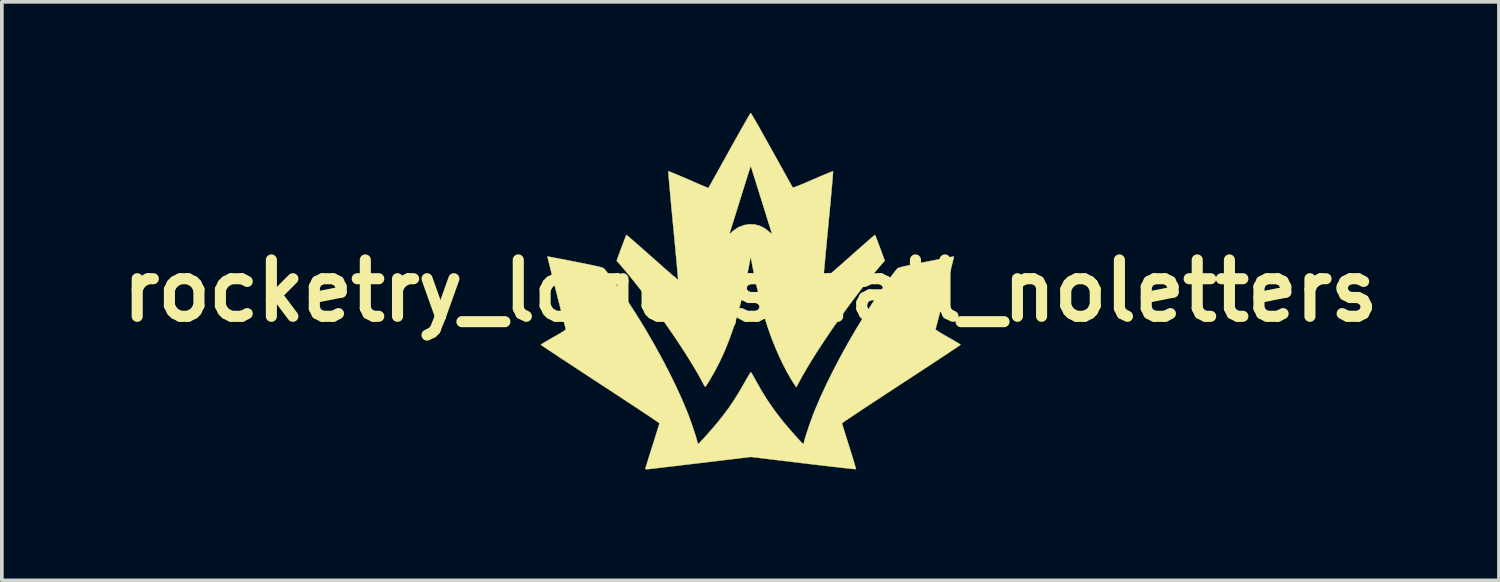
<source format=kicad_pcb>
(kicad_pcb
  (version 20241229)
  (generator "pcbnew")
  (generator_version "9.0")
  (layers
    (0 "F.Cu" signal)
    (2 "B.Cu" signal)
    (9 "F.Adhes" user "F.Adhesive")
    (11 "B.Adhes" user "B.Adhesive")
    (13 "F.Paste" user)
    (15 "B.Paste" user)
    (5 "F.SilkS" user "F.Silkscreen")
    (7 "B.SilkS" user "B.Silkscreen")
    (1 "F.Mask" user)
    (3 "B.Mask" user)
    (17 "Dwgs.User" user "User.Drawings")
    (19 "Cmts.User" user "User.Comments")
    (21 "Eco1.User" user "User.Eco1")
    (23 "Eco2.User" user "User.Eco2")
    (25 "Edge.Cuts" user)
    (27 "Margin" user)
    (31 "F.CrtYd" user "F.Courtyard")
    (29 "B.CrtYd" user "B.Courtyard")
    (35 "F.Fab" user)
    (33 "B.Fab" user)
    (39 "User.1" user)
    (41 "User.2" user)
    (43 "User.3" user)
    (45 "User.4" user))
  (footprint "rocketry_logo_small_noletters"
    (layer "F.Cu")
    (at 17.243 4.814)
    (property "Reference" "rocketry_logo_small_noletters" (at 0 0 0) (layer "F.SilkS") (effects (font (size 1.524 1.524) (thickness 0.3))))
    (attr through_hole)
    (fp_poly (pts (xy 0.018 -4.795) (xy 0.042 -4.756) (xy 0.079 -4.694) (xy 0.128 -4.61) (xy 0.187 -4.507) (xy 0.255 -4.388) (xy 0.33 -4.253) (xy 0.412 -4.107) (xy 0.5 -3.95) (xy 0.576 -3.813) (xy 0.667 -3.649) (xy 0.754 -3.493) (xy 0.835 -3.347) (xy 0.909 -3.213) (xy 0.976 -3.094) (xy 1.032 -2.991) (xy 1.079 -2.908) (xy 1.113 -2.846) (xy 1.135 -2.808) (xy 1.141 -2.796) (xy 1.151 -2.793) (xy 1.173 -2.797) (xy 1.211 -2.809) (xy 1.266 -2.829) (xy 1.341 -2.859) (xy 1.438 -2.9) (xy 1.56 -2.952) (xy 1.69 -3.008) (xy 1.812 -3.061) (xy 1.925 -3.109) (xy 2.025 -3.151) (xy 2.109 -3.185) (xy 2.174 -3.211) (xy 2.217 -3.227) (xy 2.235 -3.231) (xy 2.235 -3.231) (xy 2.235 -3.214) (xy 2.232 -3.168) (xy 2.226 -3.095) (xy 2.218 -2.996) (xy 2.208 -2.875) (xy 2.195 -2.734) (xy 2.181 -2.574) (xy 2.165 -2.398) (xy 2.147 -2.208) (xy 2.128 -2.007) (xy 2.108 -1.796) (xy 2.105 -1.761) (xy 2.084 -1.549) (xy 2.065 -1.346) (xy 2.047 -1.154) (xy 2.031 -0.976) (xy 2.016 -0.814) (xy 2.002 -0.669) (xy 1.991 -0.545) (xy 1.982 -0.443) (xy 1.976 -0.366) (xy 1.972 -0.316) (xy 1.971 -0.294) (xy 1.971 -0.294) (xy 1.984 -0.303) (xy 2.018 -0.331) (xy 2.072 -0.377) (xy 2.143 -0.438) (xy 2.229 -0.514) (xy 2.329 -0.601) (xy 2.44 -0.698) (xy 2.559 -0.804) (xy 2.665 -0.898) (xy 2.79 -1.009) (xy 2.909 -1.114) (xy 3.018 -1.21) (xy 3.117 -1.296) (xy 3.201 -1.371) (xy 3.271 -1.431) (xy 3.323 -1.475) (xy 3.355 -1.501) (xy 3.365 -1.508) (xy 3.369 -1.505) (xy 3.377 -1.492) (xy 3.388 -1.468) (xy 3.404 -1.43) (xy 3.425 -1.375) (xy 3.453 -1.301) (xy 3.489 -1.205) (xy 3.534 -1.084) (xy 3.586 -0.943) (xy 3.633 -0.815) (xy 3.497 -0.659) (xy 3.323 -0.452) (xy 3.14 -0.226) (xy 2.951 0.016) (xy 2.758 0.27) (xy 2.565 0.533) (xy 2.374 0.801) (xy 2.186 1.069) (xy 2.006 1.336) (xy 1.835 1.596) (xy 1.676 1.847) (xy 1.532 2.084) (xy 1.405 2.304) (xy 1.328 2.444) (xy 1.242 2.607) (xy 1.19 2.53) (xy 1.09 2.375) (xy 0.986 2.193) (xy 0.882 1.991) (xy 0.778 1.773) (xy 0.679 1.546) (xy 0.586 1.315) (xy 0.502 1.084) (xy 0.46 0.96) (xy 0.385 0.716) (xy 0.311 0.448) (xy 0.237 0.163) (xy 0.168 -0.13) (xy 0.104 -0.425) (xy 0.054 -0.677) (xy 0.009 -0.918) (xy -0.072 -0.51) (xy -0.163 -0.086) (xy -0.258 0.309) (xy -0.359 0.677) (xy -0.466 1.021) (xy -0.581 1.343) (xy -0.704 1.646) (xy -0.836 1.932) (xy -0.978 2.203) (xy -1.117 2.44) (xy -1.155 2.5) (xy -1.188 2.55) (xy -1.211 2.583) (xy -1.219 2.594) (xy -1.231 2.584) (xy -1.253 2.551) (xy -1.282 2.502) (xy -1.298 2.47) (xy -1.39 2.298) (xy -1.501 2.106) (xy -1.629 1.896) (xy -1.77 1.671) (xy -1.923 1.436) (xy -2.086 1.193) (xy -2.257 0.946) (xy -2.432 0.697) (xy -2.611 0.45) (xy -2.79 0.209) (xy -2.967 -0.025) (xy -3.141 -0.246) (xy -3.308 -0.453) (xy -3.467 -0.642) (xy -3.482 -0.659) (xy -3.617 -0.815) (xy -3.57 -0.943) (xy -3.516 -1.09) (xy -3.471 -1.21) (xy -3.436 -1.305) (xy -3.408 -1.378) (xy -3.387 -1.432) (xy -3.371 -1.47) (xy -3.361 -1.493) (xy -3.353 -1.505) (xy -3.349 -1.508) (xy -3.335 -1.498) (xy -3.299 -1.468) (xy -3.245 -1.421) (xy -3.172 -1.359) (xy -3.085 -1.283) (xy -2.985 -1.195) (xy -2.874 -1.097) (xy -2.754 -0.991) (xy -2.649 -0.898) (xy -2.523 -0.787) (xy -2.405 -0.682) (xy -2.296 -0.586) (xy -2.199 -0.501) (xy -2.115 -0.428) (xy -2.046 -0.369) (xy -1.995 -0.326) (xy -1.964 -0.3) (xy -1.955 -0.294) (xy -1.956 -0.31) (xy -1.959 -0.356) (xy -1.965 -0.429) (xy -1.974 -0.527) (xy -1.984 -0.648) (xy -1.997 -0.789) (xy -2.012 -0.948) (xy -2.028 -1.124) (xy -2.046 -1.313) (xy -2.065 -1.515) (xy -2.068 -1.54) (xy -0.569 -1.54) (xy -0.563 -1.539) (xy -0.54 -1.556) (xy -0.504 -1.588) (xy -0.499 -1.593) (xy -0.443 -1.64) (xy -0.373 -1.687) (xy -0.31 -1.724) (xy -0.168 -1.777) (xy -0.024 -1.8) (xy 0.119 -1.793) (xy 0.257 -1.756) (xy 0.389 -1.689) (xy 0.503 -1.6) (xy 0.544 -1.564) (xy 0.572 -1.542) (xy 0.585 -1.537) (xy 0.584 -1.54) (xy 0.578 -1.559) (xy 0.564 -1.606) (xy 0.541 -1.677) (xy 0.512 -1.771) (xy 0.476 -1.884) (xy 0.436 -2.014) (xy 0.391 -2.158) (xy 0.343 -2.313) (xy 0.294 -2.469) (xy 0.243 -2.631) (xy 0.195 -2.785) (xy 0.151 -2.926) (xy 0.111 -3.053) (xy 0.077 -3.163) (xy 0.049 -3.253) (xy 0.027 -3.32) (xy 0.014 -3.362) (xy 0.009 -3.377) (xy 0.004 -3.363) (xy -0.01 -3.321) (xy -0.031 -3.254) (xy -0.06 -3.165) (xy -0.094 -3.055) (xy -0.134 -2.929) (xy -0.178 -2.788) (xy -0.226 -2.634) (xy -0.277 -2.472) (xy -0.328 -2.308) (xy -0.376 -2.153) (xy -0.421 -2.01) (xy -0.462 -1.88) (xy -0.497 -1.768) (xy -0.526 -1.675) (xy -0.549 -1.604) (xy -0.563 -1.558) (xy -0.569 -1.54) (xy -2.068 -1.54) (xy -2.085 -1.725) (xy -2.089 -1.761) (xy -2.109 -1.973) (xy -2.128 -2.176) (xy -2.146 -2.368) (xy -2.162 -2.546) (xy -2.177 -2.709) (xy -2.19 -2.854) (xy -2.201 -2.978) (xy -2.209 -3.08) (xy -2.215 -3.158) (xy -2.219 -3.209) (xy -2.219 -3.231) (xy -2.219 -3.231) (xy -2.203 -3.228) (xy -2.16 -3.212) (xy -2.096 -3.187) (xy -2.012 -3.153) (xy -1.913 -3.111) (xy -1.8 -3.063) (xy -1.679 -3.011) (xy -1.676 -3.01) (xy -1.555 -2.957) (xy -1.443 -2.908) (xy -1.344 -2.865) (xy -1.26 -2.83) (xy -1.196 -2.802) (xy -1.154 -2.784) (xy -1.139 -2.778) (xy -1.139 -2.778) (xy -1.13 -2.792) (xy -1.108 -2.831) (xy -1.072 -2.893) (xy -1.025 -2.977) (xy -0.967 -3.08) (xy -0.9 -3.2) (xy -0.825 -3.335) (xy -0.744 -3.482) (xy -0.656 -3.639) (xy -0.571 -3.794) (xy -0.479 -3.959) (xy -0.391 -4.116) (xy -0.309 -4.262) (xy -0.234 -4.396) (xy -0.166 -4.515) (xy -0.108 -4.616) (xy -0.06 -4.699) (xy -0.024 -4.76) (xy -0.001 -4.797) (xy 0.008 -4.809) (xy 0.018 -4.795)) (stroke (width 0.01) (type solid)) (fill yes) (layer "F.SilkS"))
    (fp_poly (pts (xy -5.473 -0.926) (xy -5.429 -0.918) (xy -5.36 -0.906) (xy -5.269 -0.888) (xy -5.159 -0.867) (xy -5.033 -0.843) (xy -4.894 -0.816) (xy -4.745 -0.786) (xy -4.743 -0.786) (xy -4.559 -0.749) (xy -4.404 -0.718) (xy -4.276 -0.692) (xy -4.174 -0.669) (xy -4.094 -0.651) (xy -4.036 -0.636) (xy -3.996 -0.623) (xy -3.972 -0.613) (xy -3.967 -0.61) (xy -3.938 -0.579) (xy -3.895 -0.525) (xy -3.838 -0.453) (xy -3.772 -0.364) (xy -3.698 -0.263) (xy -3.618 -0.153) (xy -3.536 -0.038) (xy -3.455 0.08) (xy -3.375 0.196) (xy -3.325 0.27) (xy -3.09 0.633) (xy -2.859 1.008) (xy -2.636 1.39) (xy -2.422 1.775) (xy -2.221 2.158) (xy -2.036 2.533) (xy -1.868 2.896) (xy -1.723 3.239) (xy -1.686 3.332) (xy -1.646 3.439) (xy -1.605 3.553) (xy -1.564 3.67) (xy -1.526 3.783) (xy -1.492 3.888) (xy -1.464 3.978) (xy -1.445 4.048) (xy -1.436 4.084) (xy -1.427 4.122) (xy -1.416 4.142) (xy -1.414 4.143) (xy -1.399 4.132) (xy -1.366 4.1) (xy -1.319 4.05) (xy -1.261 3.988) (xy -1.195 3.915) (xy -1.125 3.835) (xy -1.052 3.752) (xy -0.981 3.67) (xy -0.915 3.592) (xy -0.867 3.534) (xy -0.719 3.347) (xy -0.582 3.162) (xy -0.453 2.972) (xy -0.326 2.77) (xy -0.195 2.547) (xy -0.135 2.44) (xy -0.09 2.361) (xy -0.05 2.293) (xy -0.017 2.241) (xy 0.006 2.21) (xy 0.017 2.202) (xy 0.029 2.22) (xy 0.052 2.26) (xy 0.084 2.317) (xy 0.119 2.381) (xy 0.294 2.691) (xy 0.473 2.977) (xy 0.659 3.244) (xy 0.857 3.502) (xy 0.881 3.532) (xy 0.942 3.605) (xy 1.009 3.684) (xy 1.081 3.767) (xy 1.153 3.85) (xy 1.224 3.928) (xy 1.288 4) (xy 1.345 4.061) (xy 1.389 4.107) (xy 1.419 4.136) (xy 1.43 4.143) (xy 1.44 4.129) (xy 1.45 4.095) (xy 1.452 4.084) (xy 1.465 4.033) (xy 1.486 3.958) (xy 1.516 3.864) (xy 1.551 3.757) (xy 1.59 3.642) (xy 1.631 3.526) (xy 1.672 3.412) (xy 1.711 3.308) (xy 1.739 3.239) (xy 1.883 2.899) (xy 2.048 2.542) (xy 2.23 2.173) (xy 2.427 1.796) (xy 2.636 1.417) (xy 2.855 1.041) (xy 3.081 0.671) (xy 3.312 0.314) (xy 3.34 0.272) (xy 3.416 0.159) (xy 3.496 0.043) (xy 3.578 -0.074) (xy 3.66 -0.188) (xy 3.737 -0.296) (xy 3.809 -0.393) (xy 3.873 -0.477) (xy 3.925 -0.544) (xy 3.964 -0.591) (xy 3.982 -0.609) (xy 3.999 -0.618) (xy 4.033 -0.629) (xy 4.086 -0.644) (xy 4.16 -0.662) (xy 4.257 -0.683) (xy 4.379 -0.709) (xy 4.528 -0.739) (xy 4.706 -0.775) (xy 4.758 -0.785) (xy 4.907 -0.814) (xy 5.046 -0.841) (xy 5.172 -0.866) (xy 5.283 -0.887) (xy 5.374 -0.905) (xy 5.444 -0.918) (xy 5.489 -0.926) (xy 5.505 -0.928) (xy 5.505 -0.928) (xy 5.502 -0.913) (xy 5.492 -0.87) (xy 5.475 -0.803) (xy 5.453 -0.714) (xy 5.426 -0.607) (xy 5.396 -0.485) (xy 5.362 -0.352) (xy 5.326 -0.209) (xy 5.289 -0.061) (xy 5.25 0.089) (xy 5.212 0.239) (xy 5.175 0.385) (xy 5.14 0.524) (xy 5.107 0.652) (xy 5.077 0.768) (xy 5.052 0.866) (xy 5.031 0.946) (xy 5.016 1.002) (xy 5.008 1.033) (xy 5.008 1.034) (xy 5.011 1.046) (xy 5.03 1.064) (xy 5.067 1.091) (xy 5.123 1.126) (xy 5.202 1.173) (xy 5.306 1.233) (xy 5.341 1.253) (xy 5.436 1.307) (xy 5.52 1.356) (xy 5.59 1.398) (xy 5.643 1.43) (xy 5.675 1.452) (xy 5.683 1.459) (xy 5.67 1.469) (xy 5.632 1.495) (xy 5.571 1.537) (xy 5.488 1.592) (xy 5.384 1.661) (xy 5.263 1.741) (xy 5.124 1.833) (xy 4.97 1.934) (xy 4.803 2.044) (xy 4.623 2.162) (xy 4.433 2.286) (xy 4.235 2.416) (xy 4.08 2.517) (xy 3.876 2.651) (xy 3.679 2.78) (xy 3.492 2.903) (xy 3.315 3.019) (xy 3.151 3.127) (xy 3 3.226) (xy 2.866 3.316) (xy 2.748 3.394) (xy 2.65 3.46) (xy 2.572 3.512) (xy 2.516 3.551) (xy 2.484 3.573) (xy 2.477 3.58) (xy 2.481 3.598) (xy 2.494 3.643) (xy 2.515 3.712) (xy 2.543 3.801) (xy 2.575 3.907) (xy 2.613 4.027) (xy 2.654 4.157) (xy 2.669 4.204) (xy 2.711 4.336) (xy 2.749 4.46) (xy 2.782 4.57) (xy 2.81 4.664) (xy 2.832 4.74) (xy 2.846 4.792) (xy 2.851 4.819) (xy 2.851 4.822) (xy 2.834 4.822) (xy 2.788 4.818) (xy 2.715 4.81) (xy 2.617 4.8) (xy 2.496 4.787) (xy 2.355 4.771) (xy 2.197 4.753) (xy 2.022 4.733) (xy 1.834 4.711) (xy 1.634 4.687) (xy 1.426 4.662) (xy 1.424 4.662) (xy 0.008 4.492) (xy -1.379 4.659) (xy -1.587 4.684) (xy -1.785 4.707) (xy -1.973 4.73) (xy -2.148 4.751) (xy -2.307 4.769) (xy -2.448 4.786) (xy -2.569 4.8) (xy -2.667 4.811) (xy -2.741 4.82) (xy -2.788 4.825) (xy -2.804 4.826) (xy -2.833 4.821) (xy -2.842 4.813) (xy -2.837 4.795) (xy -2.824 4.751) (xy -2.803 4.683) (xy -2.775 4.594) (xy -2.743 4.489) (xy -2.705 4.37) (xy -2.664 4.24) (xy -2.651 4.199) (xy -2.609 4.067) (xy -2.571 3.944) (xy -2.536 3.833) (xy -2.507 3.739) (xy -2.484 3.663) (xy -2.468 3.61) (xy -2.461 3.584) (xy -2.461 3.581) (xy -2.474 3.57) (xy -2.512 3.543) (xy -2.573 3.501) (xy -2.656 3.445) (xy -2.76 3.376) (xy -2.881 3.295) (xy -3.02 3.203) (xy -3.174 3.101) (xy -3.342 2.991) (xy -3.521 2.873) (xy -3.711 2.748) (xy -3.91 2.618) (xy -4.064 2.517) (xy -4.268 2.384) (xy -4.465 2.255) (xy -4.652 2.132) (xy -4.829 2.016) (xy -4.993 1.908) (xy -5.144 1.809) (xy -5.278 1.72) (xy -5.396 1.642) (xy -5.494 1.577) (xy -5.572 1.525) (xy -5.628 1.487) (xy -5.66 1.464) (xy -5.667 1.458) (xy -5.654 1.448) (xy -5.617 1.424) (xy -5.559 1.389) (xy -5.485 1.345) (xy -5.399 1.295) (xy -5.326 1.253) (xy -5.214 1.189) (xy -5.128 1.139) (xy -5.065 1.1) (xy -5.023 1.071) (xy -4.999 1.051) (xy -4.991 1.037) (xy -4.992 1.034) (xy -5 1.005) (xy -5.014 0.951) (xy -5.034 0.873) (xy -5.059 0.775) (xy -5.089 0.661) (xy -5.122 0.533) (xy -5.157 0.395) (xy -5.194 0.25) (xy -5.232 0.1) (xy -5.27 -0.05) (xy -5.308 -0.199) (xy -5.344 -0.342) (xy -5.378 -0.476) (xy -5.408 -0.599) (xy -5.435 -0.707) (xy -5.458 -0.797) (xy -5.475 -0.866) (xy -5.486 -0.911) (xy -5.489 -0.928) (xy -5.489 -0.928) (xy -5.473 -0.926)) (stroke (width 0.01) (type solid)) (fill yes) (layer "F.SilkS")))
  (gr_rect
    (start -3 -3)
    (end 37.486 12.645)
    (stroke (width 0.1) (type default))
    (fill no)
    (layer "Edge.Cuts")))
</source>
